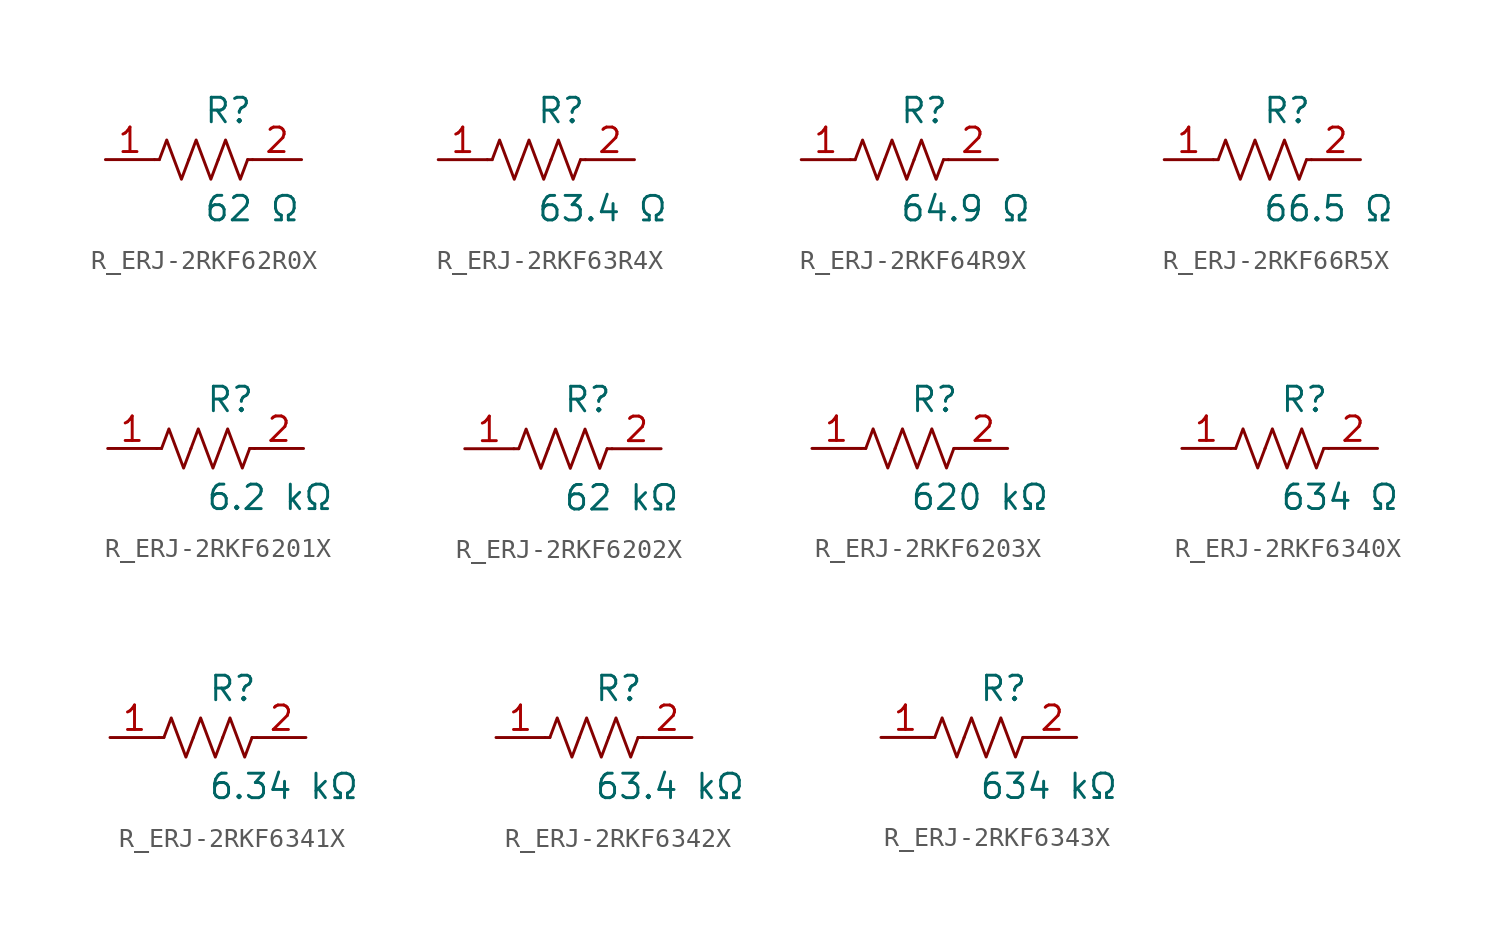
<source format=kicad_sym>
(kicad_symbol_lib
  (version 20231120)
  (generator kicad_symbol_editor)
  (generator_version 8.0)
  (symbol "R_ERJ-2RKF62R0X"
    (pin_names
      (offset 0.254))
    (property "Reference" "R"
      (at 0 2.54 0)
      (effects (font (size 1.27 1.27)) (justify left)))
    (property "Value" "62 Ω"
      (at 0 -2.54 0)
      (effects (font (size 1.27 1.27)) (justify left)))
    (symbol "R_ERJ-2RKF62R0X_0_1"
      (polyline (pts (xy 2.286 0) (xy 2.54 0)) (stroke (width 0) (type default)) (fill (type none)))
      (polyline (pts (xy -2.286 0) (xy -2.54 0)) (stroke (width 0) (type default)) (fill (type none)))
      (polyline (pts (xy 0.762 0) (xy 1.143 1.016) (xy 1.524 0) (xy 1.905 -1.016) (xy 2.286 0)) (stroke (width 0) (type default)) (fill (type none)))
      (polyline (pts (xy -0.762 0) (xy -0.381 1.016) (xy 0 0) (xy 0.381 -1.016) (xy 0.762 0)) (stroke (width 0) (type default)) (fill (type none)))
      (polyline (pts (xy -2.286 0) (xy -1.905 1.016) (xy -1.524 0) (xy -1.143 -1.016) (xy -0.762 0)) (stroke (width 0) (type default)) (fill (type none))))
    (pin passive line
      (at -5.08 0 0)
      (length 2.54)
      (name "" (effects (font (size 1.27 1.27))))
      (number "1" (effects (font (size 1.27 1.27)))))
    (pin passive line
      (at 5.08 0 180)
      (length 2.54)
      (name "" (effects (font (size 1.27 1.27))))
      (number "2" (effects (font (size 1.27 1.27))))))
  (symbol "R_ERJ-2RKF63R4X"
    (pin_names
      (offset 0.254))
    (property "Reference" "R"
      (at 0 2.54 0)
      (effects (font (size 1.27 1.27)) (justify left)))
    (property "Value" "63.4 Ω"
      (at 0 -2.54 0)
      (effects (font (size 1.27 1.27)) (justify left)))
    (symbol "R_ERJ-2RKF63R4X_0_1"
      (polyline (pts (xy 2.286 0) (xy 2.54 0)) (stroke (width 0) (type default)) (fill (type none)))
      (polyline (pts (xy -2.286 0) (xy -2.54 0)) (stroke (width 0) (type default)) (fill (type none)))
      (polyline (pts (xy 0.762 0) (xy 1.143 1.016) (xy 1.524 0) (xy 1.905 -1.016) (xy 2.286 0)) (stroke (width 0) (type default)) (fill (type none)))
      (polyline (pts (xy -0.762 0) (xy -0.381 1.016) (xy 0 0) (xy 0.381 -1.016) (xy 0.762 0)) (stroke (width 0) (type default)) (fill (type none)))
      (polyline (pts (xy -2.286 0) (xy -1.905 1.016) (xy -1.524 0) (xy -1.143 -1.016) (xy -0.762 0)) (stroke (width 0) (type default)) (fill (type none))))
    (pin passive line
      (at -5.08 0 0)
      (length 2.54)
      (name "" (effects (font (size 1.27 1.27))))
      (number "1" (effects (font (size 1.27 1.27)))))
    (pin passive line
      (at 5.08 0 180)
      (length 2.54)
      (name "" (effects (font (size 1.27 1.27))))
      (number "2" (effects (font (size 1.27 1.27))))))
  (symbol "R_ERJ-2RKF64R9X"
    (pin_names
      (offset 0.254))
    (property "Reference" "R"
      (at 0 2.54 0)
      (effects (font (size 1.27 1.27)) (justify left)))
    (property "Value" "64.9 Ω"
      (at 0 -2.54 0)
      (effects (font (size 1.27 1.27)) (justify left)))
    (symbol "R_ERJ-2RKF64R9X_0_1"
      (polyline (pts (xy 2.286 0) (xy 2.54 0)) (stroke (width 0) (type default)) (fill (type none)))
      (polyline (pts (xy -2.286 0) (xy -2.54 0)) (stroke (width 0) (type default)) (fill (type none)))
      (polyline (pts (xy 0.762 0) (xy 1.143 1.016) (xy 1.524 0) (xy 1.905 -1.016) (xy 2.286 0)) (stroke (width 0) (type default)) (fill (type none)))
      (polyline (pts (xy -0.762 0) (xy -0.381 1.016) (xy 0 0) (xy 0.381 -1.016) (xy 0.762 0)) (stroke (width 0) (type default)) (fill (type none)))
      (polyline (pts (xy -2.286 0) (xy -1.905 1.016) (xy -1.524 0) (xy -1.143 -1.016) (xy -0.762 0)) (stroke (width 0) (type default)) (fill (type none))))
    (pin passive line
      (at -5.08 0 0)
      (length 2.54)
      (name "" (effects (font (size 1.27 1.27))))
      (number "1" (effects (font (size 1.27 1.27)))))
    (pin passive line
      (at 5.08 0 180)
      (length 2.54)
      (name "" (effects (font (size 1.27 1.27))))
      (number "2" (effects (font (size 1.27 1.27))))))
  (symbol "R_ERJ-2RKF66R5X"
    (pin_names
      (offset 0.254))
    (property "Reference" "R"
      (at 0 2.54 0)
      (effects (font (size 1.27 1.27)) (justify left)))
    (property "Value" "66.5 Ω"
      (at 0 -2.54 0)
      (effects (font (size 1.27 1.27)) (justify left)))
    (symbol "R_ERJ-2RKF66R5X_0_1"
      (polyline (pts (xy 2.286 0) (xy 2.54 0)) (stroke (width 0) (type default)) (fill (type none)))
      (polyline (pts (xy -2.286 0) (xy -2.54 0)) (stroke (width 0) (type default)) (fill (type none)))
      (polyline (pts (xy 0.762 0) (xy 1.143 1.016) (xy 1.524 0) (xy 1.905 -1.016) (xy 2.286 0)) (stroke (width 0) (type default)) (fill (type none)))
      (polyline (pts (xy -0.762 0) (xy -0.381 1.016) (xy 0 0) (xy 0.381 -1.016) (xy 0.762 0)) (stroke (width 0) (type default)) (fill (type none)))
      (polyline (pts (xy -2.286 0) (xy -1.905 1.016) (xy -1.524 0) (xy -1.143 -1.016) (xy -0.762 0)) (stroke (width 0) (type default)) (fill (type none))))
    (pin passive line
      (at -5.08 0 0)
      (length 2.54)
      (name "" (effects (font (size 1.27 1.27))))
      (number "1" (effects (font (size 1.27 1.27)))))
    (pin passive line
      (at 5.08 0 180)
      (length 2.54)
      (name "" (effects (font (size 1.27 1.27))))
      (number "2" (effects (font (size 1.27 1.27))))))
  (symbol "R_ERJ-2RKF6201X"
    (pin_names
      (offset 0.254))
    (property "Reference" "R"
      (at 0 2.54 0)
      (effects (font (size 1.27 1.27)) (justify left)))
    (property "Value" "6.2 kΩ"
      (at 0 -2.54 0)
      (effects (font (size 1.27 1.27)) (justify left)))
    (symbol "R_ERJ-2RKF6201X_0_1"
      (polyline (pts (xy 2.286 0) (xy 2.54 0)) (stroke (width 0) (type default)) (fill (type none)))
      (polyline (pts (xy -2.286 0) (xy -2.54 0)) (stroke (width 0) (type default)) (fill (type none)))
      (polyline (pts (xy 0.762 0) (xy 1.143 1.016) (xy 1.524 0) (xy 1.905 -1.016) (xy 2.286 0)) (stroke (width 0) (type default)) (fill (type none)))
      (polyline (pts (xy -0.762 0) (xy -0.381 1.016) (xy 0 0) (xy 0.381 -1.016) (xy 0.762 0)) (stroke (width 0) (type default)) (fill (type none)))
      (polyline (pts (xy -2.286 0) (xy -1.905 1.016) (xy -1.524 0) (xy -1.143 -1.016) (xy -0.762 0)) (stroke (width 0) (type default)) (fill (type none))))
    (pin passive line
      (at -5.08 0 0)
      (length 2.54)
      (name "" (effects (font (size 1.27 1.27))))
      (number "1" (effects (font (size 1.27 1.27)))))
    (pin passive line
      (at 5.08 0 180)
      (length 2.54)
      (name "" (effects (font (size 1.27 1.27))))
      (number "2" (effects (font (size 1.27 1.27))))))
  (symbol "R_ERJ-2RKF6202X"
    (pin_names
      (offset 0.254))
    (property "Reference" "R"
      (at 0 2.54 0)
      (effects (font (size 1.27 1.27)) (justify left)))
    (property "Value" "62 kΩ"
      (at 0 -2.54 0)
      (effects (font (size 1.27 1.27)) (justify left)))
    (symbol "R_ERJ-2RKF6202X_0_1"
      (polyline (pts (xy 2.286 0) (xy 2.54 0)) (stroke (width 0) (type default)) (fill (type none)))
      (polyline (pts (xy -2.286 0) (xy -2.54 0)) (stroke (width 0) (type default)) (fill (type none)))
      (polyline (pts (xy 0.762 0) (xy 1.143 1.016) (xy 1.524 0) (xy 1.905 -1.016) (xy 2.286 0)) (stroke (width 0) (type default)) (fill (type none)))
      (polyline (pts (xy -0.762 0) (xy -0.381 1.016) (xy 0 0) (xy 0.381 -1.016) (xy 0.762 0)) (stroke (width 0) (type default)) (fill (type none)))
      (polyline (pts (xy -2.286 0) (xy -1.905 1.016) (xy -1.524 0) (xy -1.143 -1.016) (xy -0.762 0)) (stroke (width 0) (type default)) (fill (type none))))
    (pin passive line
      (at -5.08 0 0)
      (length 2.54)
      (name "" (effects (font (size 1.27 1.27))))
      (number "1" (effects (font (size 1.27 1.27)))))
    (pin passive line
      (at 5.08 0 180)
      (length 2.54)
      (name "" (effects (font (size 1.27 1.27))))
      (number "2" (effects (font (size 1.27 1.27))))))
  (symbol "R_ERJ-2RKF6203X"
    (pin_names
      (offset 0.254))
    (property "Reference" "R"
      (at 0 2.54 0)
      (effects (font (size 1.27 1.27)) (justify left)))
    (property "Value" "620 kΩ"
      (at 0 -2.54 0)
      (effects (font (size 1.27 1.27)) (justify left)))
    (symbol "R_ERJ-2RKF6203X_0_1"
      (polyline (pts (xy 2.286 0) (xy 2.54 0)) (stroke (width 0) (type default)) (fill (type none)))
      (polyline (pts (xy -2.286 0) (xy -2.54 0)) (stroke (width 0) (type default)) (fill (type none)))
      (polyline (pts (xy 0.762 0) (xy 1.143 1.016) (xy 1.524 0) (xy 1.905 -1.016) (xy 2.286 0)) (stroke (width 0) (type default)) (fill (type none)))
      (polyline (pts (xy -0.762 0) (xy -0.381 1.016) (xy 0 0) (xy 0.381 -1.016) (xy 0.762 0)) (stroke (width 0) (type default)) (fill (type none)))
      (polyline (pts (xy -2.286 0) (xy -1.905 1.016) (xy -1.524 0) (xy -1.143 -1.016) (xy -0.762 0)) (stroke (width 0) (type default)) (fill (type none))))
    (pin passive line
      (at -5.08 0 0)
      (length 2.54)
      (name "" (effects (font (size 1.27 1.27))))
      (number "1" (effects (font (size 1.27 1.27)))))
    (pin passive line
      (at 5.08 0 180)
      (length 2.54)
      (name "" (effects (font (size 1.27 1.27))))
      (number "2" (effects (font (size 1.27 1.27))))))
  (symbol "R_ERJ-2RKF6340X"
    (pin_names
      (offset 0.254))
    (property "Reference" "R"
      (at 0 2.54 0)
      (effects (font (size 1.27 1.27)) (justify left)))
    (property "Value" "634 Ω"
      (at 0 -2.54 0)
      (effects (font (size 1.27 1.27)) (justify left)))
    (symbol "R_ERJ-2RKF6340X_0_1"
      (polyline (pts (xy 2.286 0) (xy 2.54 0)) (stroke (width 0) (type default)) (fill (type none)))
      (polyline (pts (xy -2.286 0) (xy -2.54 0)) (stroke (width 0) (type default)) (fill (type none)))
      (polyline (pts (xy 0.762 0) (xy 1.143 1.016) (xy 1.524 0) (xy 1.905 -1.016) (xy 2.286 0)) (stroke (width 0) (type default)) (fill (type none)))
      (polyline (pts (xy -0.762 0) (xy -0.381 1.016) (xy 0 0) (xy 0.381 -1.016) (xy 0.762 0)) (stroke (width 0) (type default)) (fill (type none)))
      (polyline (pts (xy -2.286 0) (xy -1.905 1.016) (xy -1.524 0) (xy -1.143 -1.016) (xy -0.762 0)) (stroke (width 0) (type default)) (fill (type none))))
    (pin passive line
      (at -5.08 0 0)
      (length 2.54)
      (name "" (effects (font (size 1.27 1.27))))
      (number "1" (effects (font (size 1.27 1.27)))))
    (pin passive line
      (at 5.08 0 180)
      (length 2.54)
      (name "" (effects (font (size 1.27 1.27))))
      (number "2" (effects (font (size 1.27 1.27))))))
  (symbol "R_ERJ-2RKF6341X"
    (pin_names
      (offset 0.254))
    (property "Reference" "R"
      (at 0 2.54 0)
      (effects (font (size 1.27 1.27)) (justify left)))
    (property "Value" "6.34 kΩ"
      (at 0 -2.54 0)
      (effects (font (size 1.27 1.27)) (justify left)))
    (symbol "R_ERJ-2RKF6341X_0_1"
      (polyline (pts (xy 2.286 0) (xy 2.54 0)) (stroke (width 0) (type default)) (fill (type none)))
      (polyline (pts (xy -2.286 0) (xy -2.54 0)) (stroke (width 0) (type default)) (fill (type none)))
      (polyline (pts (xy 0.762 0) (xy 1.143 1.016) (xy 1.524 0) (xy 1.905 -1.016) (xy 2.286 0)) (stroke (width 0) (type default)) (fill (type none)))
      (polyline (pts (xy -0.762 0) (xy -0.381 1.016) (xy 0 0) (xy 0.381 -1.016) (xy 0.762 0)) (stroke (width 0) (type default)) (fill (type none)))
      (polyline (pts (xy -2.286 0) (xy -1.905 1.016) (xy -1.524 0) (xy -1.143 -1.016) (xy -0.762 0)) (stroke (width 0) (type default)) (fill (type none))))
    (pin passive line
      (at -5.08 0 0)
      (length 2.54)
      (name "" (effects (font (size 1.27 1.27))))
      (number "1" (effects (font (size 1.27 1.27)))))
    (pin passive line
      (at 5.08 0 180)
      (length 2.54)
      (name "" (effects (font (size 1.27 1.27))))
      (number "2" (effects (font (size 1.27 1.27))))))
  (symbol "R_ERJ-2RKF6342X"
    (pin_names
      (offset 0.254))
    (property "Reference" "R"
      (at 0 2.54 0)
      (effects (font (size 1.27 1.27)) (justify left)))
    (property "Value" "63.4 kΩ"
      (at 0 -2.54 0)
      (effects (font (size 1.27 1.27)) (justify left)))
    (symbol "R_ERJ-2RKF6342X_0_1"
      (polyline (pts (xy 2.286 0) (xy 2.54 0)) (stroke (width 0) (type default)) (fill (type none)))
      (polyline (pts (xy -2.286 0) (xy -2.54 0)) (stroke (width 0) (type default)) (fill (type none)))
      (polyline (pts (xy 0.762 0) (xy 1.143 1.016) (xy 1.524 0) (xy 1.905 -1.016) (xy 2.286 0)) (stroke (width 0) (type default)) (fill (type none)))
      (polyline (pts (xy -0.762 0) (xy -0.381 1.016) (xy 0 0) (xy 0.381 -1.016) (xy 0.762 0)) (stroke (width 0) (type default)) (fill (type none)))
      (polyline (pts (xy -2.286 0) (xy -1.905 1.016) (xy -1.524 0) (xy -1.143 -1.016) (xy -0.762 0)) (stroke (width 0) (type default)) (fill (type none))))
    (pin passive line
      (at -5.08 0 0)
      (length 2.54)
      (name "" (effects (font (size 1.27 1.27))))
      (number "1" (effects (font (size 1.27 1.27)))))
    (pin passive line
      (at 5.08 0 180)
      (length 2.54)
      (name "" (effects (font (size 1.27 1.27))))
      (number "2" (effects (font (size 1.27 1.27))))))
  (symbol "R_ERJ-2RKF6343X"
    (pin_names
      (offset 0.254))
    (property "Reference" "R"
      (at 0 2.54 0)
      (effects (font (size 1.27 1.27)) (justify left)))
    (property "Value" "634 kΩ"
      (at 0 -2.54 0)
      (effects (font (size 1.27 1.27)) (justify left)))
    (symbol "R_ERJ-2RKF6343X_0_1"
      (polyline (pts (xy 2.286 0) (xy 2.54 0)) (stroke (width 0) (type default)) (fill (type none)))
      (polyline (pts (xy -2.286 0) (xy -2.54 0)) (stroke (width 0) (type default)) (fill (type none)))
      (polyline (pts (xy 0.762 0) (xy 1.143 1.016) (xy 1.524 0) (xy 1.905 -1.016) (xy 2.286 0)) (stroke (width 0) (type default)) (fill (type none)))
      (polyline (pts (xy -0.762 0) (xy -0.381 1.016) (xy 0 0) (xy 0.381 -1.016) (xy 0.762 0)) (stroke (width 0) (type default)) (fill (type none)))
      (polyline (pts (xy -2.286 0) (xy -1.905 1.016) (xy -1.524 0) (xy -1.143 -1.016) (xy -0.762 0)) (stroke (width 0) (type default)) (fill (type none))))
    (pin passive line
      (at -5.08 0 0)
      (length 2.54)
      (name "" (effects (font (size 1.27 1.27))))
      (number "1" (effects (font (size 1.27 1.27)))))
    (pin passive line
      (at 5.08 0 180)
      (length 2.54)
      (name "" (effects (font (size 1.27 1.27))))
      (number "2" (effects (font (size 1.27 1.27)))))))
</source>
